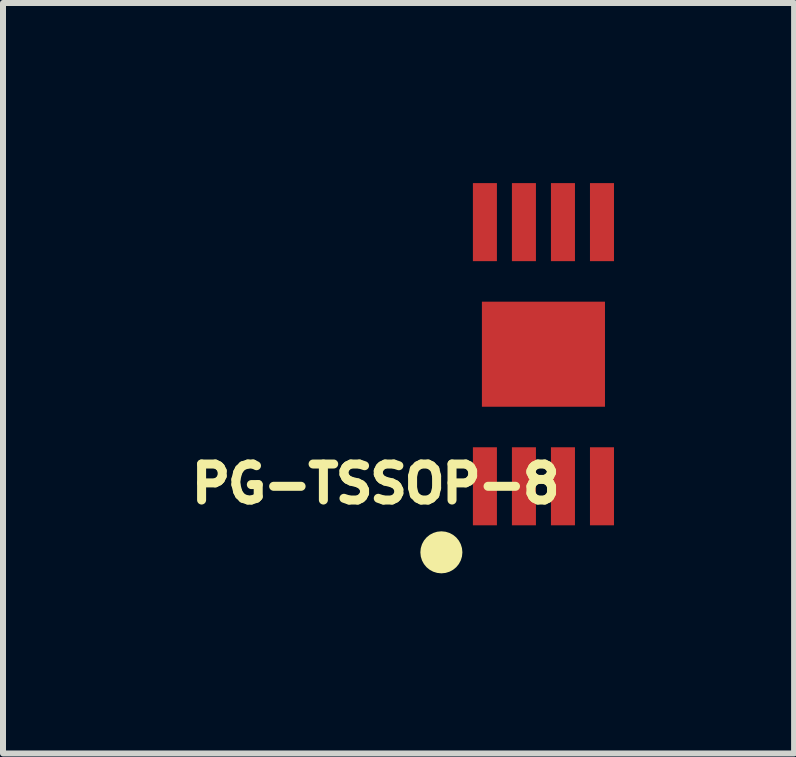
<source format=kicad_pcb>
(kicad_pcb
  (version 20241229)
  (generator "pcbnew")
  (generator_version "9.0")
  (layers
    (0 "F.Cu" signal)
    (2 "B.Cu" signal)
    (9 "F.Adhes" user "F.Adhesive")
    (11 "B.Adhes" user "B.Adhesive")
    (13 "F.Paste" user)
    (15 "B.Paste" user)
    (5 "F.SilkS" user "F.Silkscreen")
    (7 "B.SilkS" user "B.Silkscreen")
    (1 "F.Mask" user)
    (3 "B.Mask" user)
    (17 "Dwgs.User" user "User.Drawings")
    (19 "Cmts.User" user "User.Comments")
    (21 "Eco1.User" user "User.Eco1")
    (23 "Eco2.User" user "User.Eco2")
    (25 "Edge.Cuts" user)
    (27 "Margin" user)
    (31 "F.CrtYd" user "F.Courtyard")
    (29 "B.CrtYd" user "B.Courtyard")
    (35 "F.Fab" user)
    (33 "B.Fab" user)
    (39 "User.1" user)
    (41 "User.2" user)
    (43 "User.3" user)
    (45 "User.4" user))
  (footprint "PG-TSSOP-8"
    (layer "F.Cu")
    (at 6.002 2.85)
    (property "Reference" "PG-TSSOP-8" (at -2.794 2.159 180) (layer "F.SilkS") (effects (font (size 0.6 0.6) (thickness 0.15))))
    (attr smd)
    (fp_circle (center -1.7 3.3) (end -1.525 3.3) (stroke (width 0.35) (type solid)) (fill no) (layer "F.SilkS"))
    (pad "1" smd rect (at -0.975 2.2) (size 0.4 1.3) (layers "F.Cu" "F.Mask" "F.Paste"))
    (pad "2" smd rect (at -0.325 2.2) (size 0.4 1.3) (layers "F.Cu" "F.Mask" "F.Paste"))
    (pad "3" smd rect (at 0.325 2.2) (size 0.4 1.3) (layers "F.Cu" "F.Mask" "F.Paste"))
    (pad "4" smd rect (at 0.975 2.2) (size 0.4 1.3) (layers "F.Cu" "F.Mask" "F.Paste"))
    (pad "5" smd rect (at 0.975 -2.2) (size 0.4 1.3) (layers "F.Cu" "F.Mask" "F.Paste"))
    (pad "6" smd rect (at 0.325 -2.2) (size 0.4 1.3) (layers "F.Cu" "F.Mask" "F.Paste"))
    (pad "7" smd rect (at -0.325 -2.2) (size 0.4 1.3) (layers "F.Cu" "F.Mask" "F.Paste"))
    (pad "8" smd rect (at -0.975 -2.2) (size 0.4 1.3) (layers "F.Cu" "F.Mask" "F.Paste"))
    (pad "9" smd rect (at 0 0) (size 2.05 1.75) (layers "F.Cu" "F.Mask" "F.Paste")))
  (gr_rect
    (start -3 -3)
    (end 10.177 9.5)
    (stroke (width 0.1) (type default))
    (fill no)
    (layer "Edge.Cuts")))
</source>
